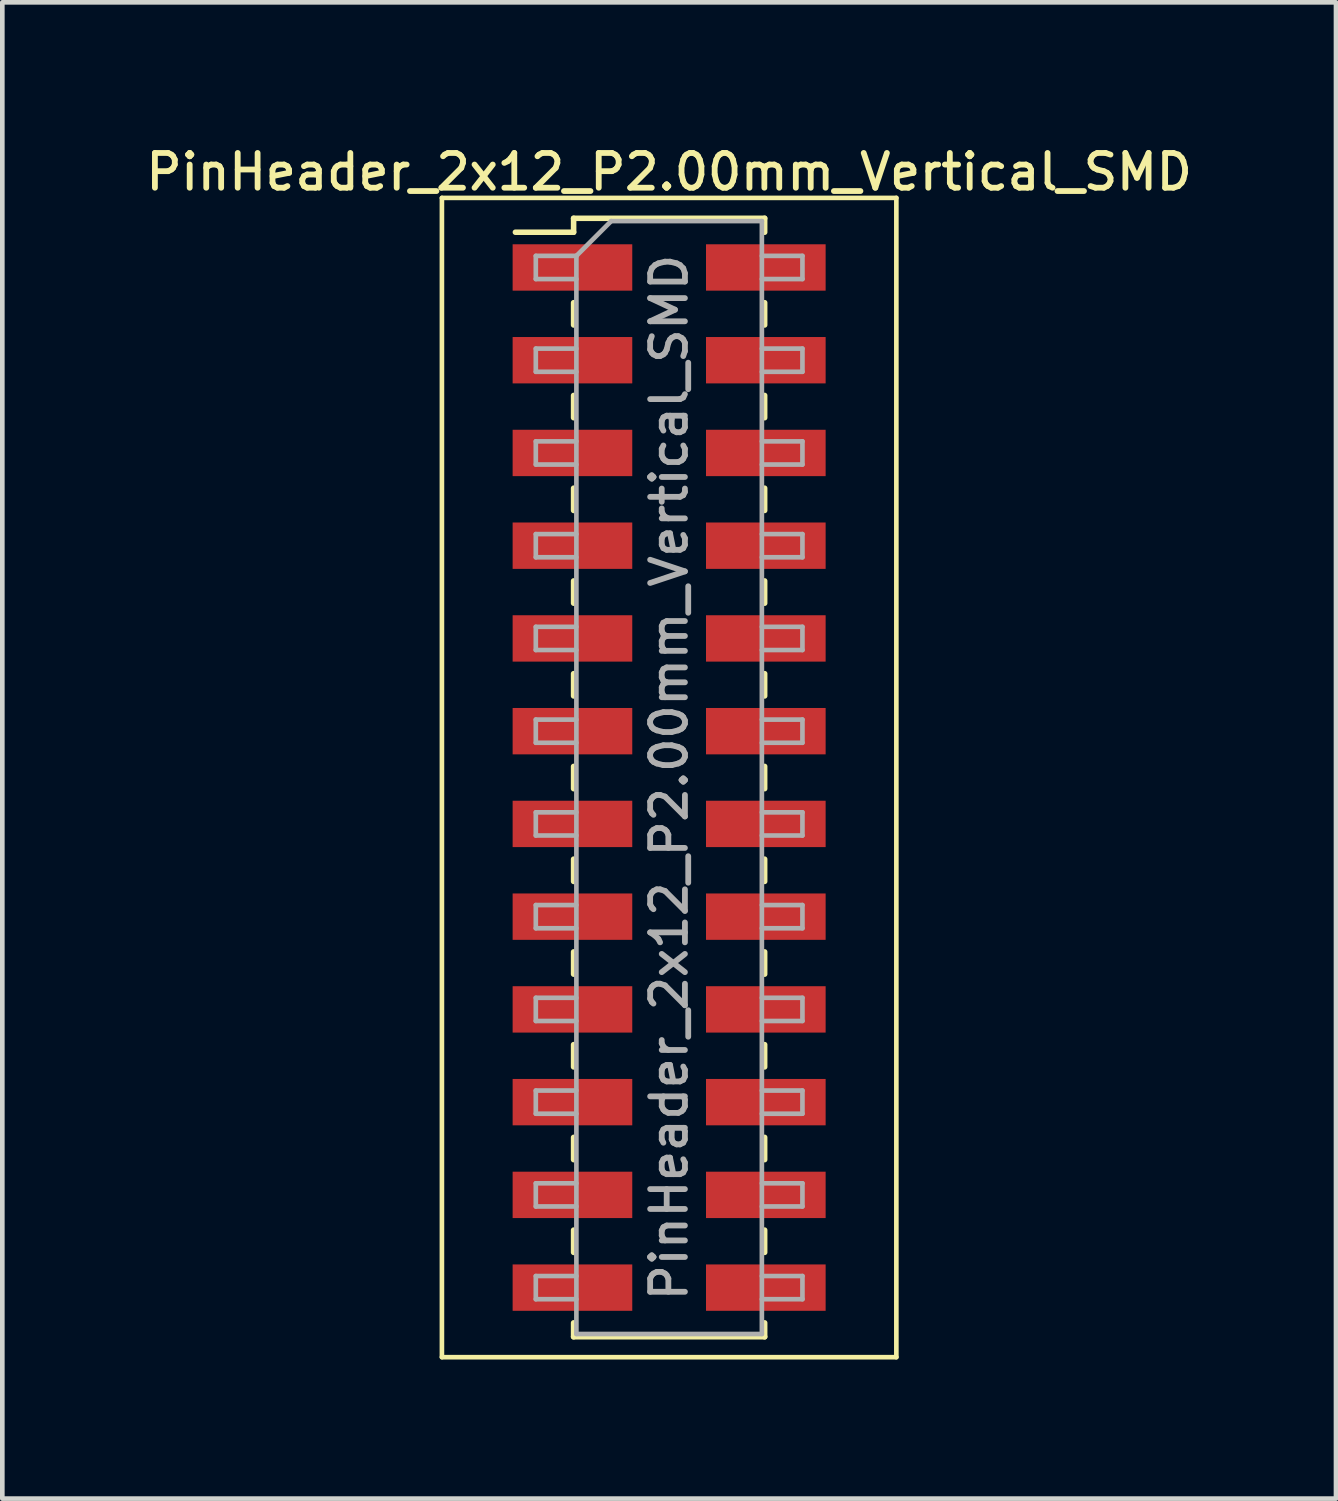
<source format=kicad_pcb>
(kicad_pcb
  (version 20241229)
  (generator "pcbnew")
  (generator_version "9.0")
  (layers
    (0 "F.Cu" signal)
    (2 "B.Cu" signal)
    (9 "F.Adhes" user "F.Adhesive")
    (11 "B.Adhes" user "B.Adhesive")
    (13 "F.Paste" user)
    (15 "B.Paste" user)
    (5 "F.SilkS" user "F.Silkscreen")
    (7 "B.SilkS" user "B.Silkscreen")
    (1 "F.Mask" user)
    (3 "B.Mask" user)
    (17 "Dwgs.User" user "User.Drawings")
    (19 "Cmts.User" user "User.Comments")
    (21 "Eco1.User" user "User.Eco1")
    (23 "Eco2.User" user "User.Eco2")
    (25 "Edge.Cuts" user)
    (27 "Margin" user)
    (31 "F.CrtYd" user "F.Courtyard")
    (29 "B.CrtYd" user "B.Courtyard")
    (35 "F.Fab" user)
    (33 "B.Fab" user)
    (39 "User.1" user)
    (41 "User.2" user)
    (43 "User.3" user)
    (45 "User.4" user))
  (footprint "PinHeader_2x12_P2.00mm_Vertical_SMD"
    (layer "F.Cu")
    (at 11.38 13.718)
    (property "Reference" "PinHeader_2x12_P2.00mm_Vertical_SMD" (at 0 -13.06 0) (layer "F.SilkS") (effects (font (size 0.75 0.75) (thickness 0.125))))
    (attr smd)
    (fp_line (start -4.9 -12.5) (end -4.9 12.5) (stroke (width 0.1) (type solid)) (layer "F.SilkS"))
    (fp_line (start -4.9 12.5) (end 4.9 12.5) (stroke (width 0.1) (type solid)) (layer "F.SilkS"))
    (fp_line (start -3.315 -11.76) (end -2.06 -11.76) (stroke (width 0.12) (type solid)) (layer "F.SilkS"))
    (fp_line (start -2.06 -12.06) (end -2.06 -11.76) (stroke (width 0.12) (type solid)) (layer "F.SilkS"))
    (fp_line (start -2.06 -12.06) (end 2.06 -12.06) (stroke (width 0.12) (type solid)) (layer "F.SilkS"))
    (fp_line (start -2.06 -10.24) (end -2.06 -9.76) (stroke (width 0.12) (type solid)) (layer "F.SilkS"))
    (fp_line (start -2.06 -8.24) (end -2.06 -7.76) (stroke (width 0.12) (type solid)) (layer "F.SilkS"))
    (fp_line (start -2.06 -6.24) (end -2.06 -5.76) (stroke (width 0.12) (type solid)) (layer "F.SilkS"))
    (fp_line (start -2.06 -4.24) (end -2.06 -3.76) (stroke (width 0.12) (type solid)) (layer "F.SilkS"))
    (fp_line (start -2.06 -2.24) (end -2.06 -1.76) (stroke (width 0.12) (type solid)) (layer "F.SilkS"))
    (fp_line (start -2.06 -0.24) (end -2.06 0.24) (stroke (width 0.12) (type solid)) (layer "F.SilkS"))
    (fp_line (start -2.06 1.76) (end -2.06 2.24) (stroke (width 0.12) (type solid)) (layer "F.SilkS"))
    (fp_line (start -2.06 3.76) (end -2.06 4.24) (stroke (width 0.12) (type solid)) (layer "F.SilkS"))
    (fp_line (start -2.06 5.76) (end -2.06 6.24) (stroke (width 0.12) (type solid)) (layer "F.SilkS"))
    (fp_line (start -2.06 7.76) (end -2.06 8.24) (stroke (width 0.12) (type solid)) (layer "F.SilkS"))
    (fp_line (start -2.06 9.76) (end -2.06 10.24) (stroke (width 0.12) (type solid)) (layer "F.SilkS"))
    (fp_line (start -2.06 11.76) (end -2.06 12.06) (stroke (width 0.12) (type solid)) (layer "F.SilkS"))
    (fp_line (start -2.06 12.06) (end 2.06 12.06) (stroke (width 0.12) (type solid)) (layer "F.SilkS"))
    (fp_line (start 2.06 -12.06) (end 2.06 -11.76) (stroke (width 0.12) (type solid)) (layer "F.SilkS"))
    (fp_line (start 2.06 -10.24) (end 2.06 -9.76) (stroke (width 0.12) (type solid)) (layer "F.SilkS"))
    (fp_line (start 2.06 -8.24) (end 2.06 -7.76) (stroke (width 0.12) (type solid)) (layer "F.SilkS"))
    (fp_line (start 2.06 -6.24) (end 2.06 -5.76) (stroke (width 0.12) (type solid)) (layer "F.SilkS"))
    (fp_line (start 2.06 -4.24) (end 2.06 -3.76) (stroke (width 0.12) (type solid)) (layer "F.SilkS"))
    (fp_line (start 2.06 -2.24) (end 2.06 -1.76) (stroke (width 0.12) (type solid)) (layer "F.SilkS"))
    (fp_line (start 2.06 -0.24) (end 2.06 0.24) (stroke (width 0.12) (type solid)) (layer "F.SilkS"))
    (fp_line (start 2.06 1.76) (end 2.06 2.24) (stroke (width 0.12) (type solid)) (layer "F.SilkS"))
    (fp_line (start 2.06 3.76) (end 2.06 4.24) (stroke (width 0.12) (type solid)) (layer "F.SilkS"))
    (fp_line (start 2.06 5.76) (end 2.06 6.24) (stroke (width 0.12) (type solid)) (layer "F.SilkS"))
    (fp_line (start 2.06 7.76) (end 2.06 8.24) (stroke (width 0.12) (type solid)) (layer "F.SilkS"))
    (fp_line (start 2.06 9.76) (end 2.06 10.24) (stroke (width 0.12) (type solid)) (layer "F.SilkS"))
    (fp_line (start 2.06 11.76) (end 2.06 12.06) (stroke (width 0.12) (type solid)) (layer "F.SilkS"))
    (fp_line (start 4.9 -12.5) (end -4.9 -12.5) (stroke (width 0.1) (type solid)) (layer "F.SilkS"))
    (fp_line (start 4.9 12.5) (end 4.9 -12.5) (stroke (width 0.1) (type solid)) (layer "F.SilkS"))
    (fp_line (start -2.875 -11.25) (end -2.875 -10.75) (stroke (width 0.1) (type solid)) (layer "F.Fab"))
    (fp_line (start -2.875 -10.75) (end -2 -10.75) (stroke (width 0.1) (type solid)) (layer "F.Fab"))
    (fp_line (start -2.875 -9.25) (end -2.875 -8.75) (stroke (width 0.1) (type solid)) (layer "F.Fab"))
    (fp_line (start -2.875 -8.75) (end -2 -8.75) (stroke (width 0.1) (type solid)) (layer "F.Fab"))
    (fp_line (start -2.875 -7.25) (end -2.875 -6.75) (stroke (width 0.1) (type solid)) (layer "F.Fab"))
    (fp_line (start -2.875 -6.75) (end -2 -6.75) (stroke (width 0.1) (type solid)) (layer "F.Fab"))
    (fp_line (start -2.875 -5.25) (end -2.875 -4.75) (stroke (width 0.1) (type solid)) (layer "F.Fab"))
    (fp_line (start -2.875 -4.75) (end -2 -4.75) (stroke (width 0.1) (type solid)) (layer "F.Fab"))
    (fp_line (start -2.875 -3.25) (end -2.875 -2.75) (stroke (width 0.1) (type solid)) (layer "F.Fab"))
    (fp_line (start -2.875 -2.75) (end -2 -2.75) (stroke (width 0.1) (type solid)) (layer "F.Fab"))
    (fp_line (start -2.875 -1.25) (end -2.875 -0.75) (stroke (width 0.1) (type solid)) (layer "F.Fab"))
    (fp_line (start -2.875 -0.75) (end -2 -0.75) (stroke (width 0.1) (type solid)) (layer "F.Fab"))
    (fp_line (start -2.875 0.75) (end -2.875 1.25) (stroke (width 0.1) (type solid)) (layer "F.Fab"))
    (fp_line (start -2.875 1.25) (end -2 1.25) (stroke (width 0.1) (type solid)) (layer "F.Fab"))
    (fp_line (start -2.875 2.75) (end -2.875 3.25) (stroke (width 0.1) (type solid)) (layer "F.Fab"))
    (fp_line (start -2.875 3.25) (end -2 3.25) (stroke (width 0.1) (type solid)) (layer "F.Fab"))
    (fp_line (start -2.875 4.75) (end -2.875 5.25) (stroke (width 0.1) (type solid)) (layer "F.Fab"))
    (fp_line (start -2.875 5.25) (end -2 5.25) (stroke (width 0.1) (type solid)) (layer "F.Fab"))
    (fp_line (start -2.875 6.75) (end -2.875 7.25) (stroke (width 0.1) (type solid)) (layer "F.Fab"))
    (fp_line (start -2.875 7.25) (end -2 7.25) (stroke (width 0.1) (type solid)) (layer "F.Fab"))
    (fp_line (start -2.875 8.75) (end -2.875 9.25) (stroke (width 0.1) (type solid)) (layer "F.Fab"))
    (fp_line (start -2.875 9.25) (end -2 9.25) (stroke (width 0.1) (type solid)) (layer "F.Fab"))
    (fp_line (start -2.875 10.75) (end -2.875 11.25) (stroke (width 0.1) (type solid)) (layer "F.Fab"))
    (fp_line (start -2.875 11.25) (end -2 11.25) (stroke (width 0.1) (type solid)) (layer "F.Fab"))
    (fp_line (start -2 -11.25) (end -2.875 -11.25) (stroke (width 0.1) (type solid)) (layer "F.Fab"))
    (fp_line (start -2 -11.25) (end -1.25 -12) (stroke (width 0.1) (type solid)) (layer "F.Fab"))
    (fp_line (start -2 -9.25) (end -2.875 -9.25) (stroke (width 0.1) (type solid)) (layer "F.Fab"))
    (fp_line (start -2 -7.25) (end -2.875 -7.25) (stroke (width 0.1) (type solid)) (layer "F.Fab"))
    (fp_line (start -2 -5.25) (end -2.875 -5.25) (stroke (width 0.1) (type solid)) (layer "F.Fab"))
    (fp_line (start -2 -3.25) (end -2.875 -3.25) (stroke (width 0.1) (type solid)) (layer "F.Fab"))
    (fp_line (start -2 -1.25) (end -2.875 -1.25) (stroke (width 0.1) (type solid)) (layer "F.Fab"))
    (fp_line (start -2 0.75) (end -2.875 0.75) (stroke (width 0.1) (type solid)) (layer "F.Fab"))
    (fp_line (start -2 2.75) (end -2.875 2.75) (stroke (width 0.1) (type solid)) (layer "F.Fab"))
    (fp_line (start -2 4.75) (end -2.875 4.75) (stroke (width 0.1) (type solid)) (layer "F.Fab"))
    (fp_line (start -2 6.75) (end -2.875 6.75) (stroke (width 0.1) (type solid)) (layer "F.Fab"))
    (fp_line (start -2 8.75) (end -2.875 8.75) (stroke (width 0.1) (type solid)) (layer "F.Fab"))
    (fp_line (start -2 10.75) (end -2.875 10.75) (stroke (width 0.1) (type solid)) (layer "F.Fab"))
    (fp_line (start -2 12) (end -2 -11.25) (stroke (width 0.1) (type solid)) (layer "F.Fab"))
    (fp_line (start -1.25 -12) (end 2 -12) (stroke (width 0.1) (type solid)) (layer "F.Fab"))
    (fp_line (start 2 -12) (end 2 12) (stroke (width 0.1) (type solid)) (layer "F.Fab"))
    (fp_line (start 2 -11.25) (end 2.875 -11.25) (stroke (width 0.1) (type solid)) (layer "F.Fab"))
    (fp_line (start 2 -9.25) (end 2.875 -9.25) (stroke (width 0.1) (type solid)) (layer "F.Fab"))
    (fp_line (start 2 -7.25) (end 2.875 -7.25) (stroke (width 0.1) (type solid)) (layer "F.Fab"))
    (fp_line (start 2 -5.25) (end 2.875 -5.25) (stroke (width 0.1) (type solid)) (layer "F.Fab"))
    (fp_line (start 2 -3.25) (end 2.875 -3.25) (stroke (width 0.1) (type solid)) (layer "F.Fab"))
    (fp_line (start 2 -1.25) (end 2.875 -1.25) (stroke (width 0.1) (type solid)) (layer "F.Fab"))
    (fp_line (start 2 0.75) (end 2.875 0.75) (stroke (width 0.1) (type solid)) (layer "F.Fab"))
    (fp_line (start 2 2.75) (end 2.875 2.75) (stroke (width 0.1) (type solid)) (layer "F.Fab"))
    (fp_line (start 2 4.75) (end 2.875 4.75) (stroke (width 0.1) (type solid)) (layer "F.Fab"))
    (fp_line (start 2 6.75) (end 2.875 6.75) (stroke (width 0.1) (type solid)) (layer "F.Fab"))
    (fp_line (start 2 8.75) (end 2.875 8.75) (stroke (width 0.1) (type solid)) (layer "F.Fab"))
    (fp_line (start 2 10.75) (end 2.875 10.75) (stroke (width 0.1) (type solid)) (layer "F.Fab"))
    (fp_line (start 2 12) (end -2 12) (stroke (width 0.1) (type solid)) (layer "F.Fab"))
    (fp_line (start 2.875 -11.25) (end 2.875 -10.75) (stroke (width 0.1) (type solid)) (layer "F.Fab"))
    (fp_line (start 2.875 -10.75) (end 2 -10.75) (stroke (width 0.1) (type solid)) (layer "F.Fab"))
    (fp_line (start 2.875 -9.25) (end 2.875 -8.75) (stroke (width 0.1) (type solid)) (layer "F.Fab"))
    (fp_line (start 2.875 -8.75) (end 2 -8.75) (stroke (width 0.1) (type solid)) (layer "F.Fab"))
    (fp_line (start 2.875 -7.25) (end 2.875 -6.75) (stroke (width 0.1) (type solid)) (layer "F.Fab"))
    (fp_line (start 2.875 -6.75) (end 2 -6.75) (stroke (width 0.1) (type solid)) (layer "F.Fab"))
    (fp_line (start 2.875 -5.25) (end 2.875 -4.75) (stroke (width 0.1) (type solid)) (layer "F.Fab"))
    (fp_line (start 2.875 -4.75) (end 2 -4.75) (stroke (width 0.1) (type solid)) (layer "F.Fab"))
    (fp_line (start 2.875 -3.25) (end 2.875 -2.75) (stroke (width 0.1) (type solid)) (layer "F.Fab"))
    (fp_line (start 2.875 -2.75) (end 2 -2.75) (stroke (width 0.1) (type solid)) (layer "F.Fab"))
    (fp_line (start 2.875 -1.25) (end 2.875 -0.75) (stroke (width 0.1) (type solid)) (layer "F.Fab"))
    (fp_line (start 2.875 -0.75) (end 2 -0.75) (stroke (width 0.1) (type solid)) (layer "F.Fab"))
    (fp_line (start 2.875 0.75) (end 2.875 1.25) (stroke (width 0.1) (type solid)) (layer "F.Fab"))
    (fp_line (start 2.875 1.25) (end 2 1.25) (stroke (width 0.1) (type solid)) (layer "F.Fab"))
    (fp_line (start 2.875 2.75) (end 2.875 3.25) (stroke (width 0.1) (type solid)) (layer "F.Fab"))
    (fp_line (start 2.875 3.25) (end 2 3.25) (stroke (width 0.1) (type solid)) (layer "F.Fab"))
    (fp_line (start 2.875 4.75) (end 2.875 5.25) (stroke (width 0.1) (type solid)) (layer "F.Fab"))
    (fp_line (start 2.875 5.25) (end 2 5.25) (stroke (width 0.1) (type solid)) (layer "F.Fab"))
    (fp_line (start 2.875 6.75) (end 2.875 7.25) (stroke (width 0.1) (type solid)) (layer "F.Fab"))
    (fp_line (start 2.875 7.25) (end 2 7.25) (stroke (width 0.1) (type solid)) (layer "F.Fab"))
    (fp_line (start 2.875 8.75) (end 2.875 9.25) (stroke (width 0.1) (type solid)) (layer "F.Fab"))
    (fp_line (start 2.875 9.25) (end 2 9.25) (stroke (width 0.1) (type solid)) (layer "F.Fab"))
    (fp_line (start 2.875 10.75) (end 2.875 11.25) (stroke (width 0.1) (type solid)) (layer "F.Fab"))
    (fp_line (start 2.875 11.25) (end 2 11.25) (stroke (width 0.1) (type solid)) (layer "F.Fab"))
    (fp_text user "${REFERENCE}" (at 0 0 90) (layer "F.Fab") (effects (font (size 0.75 0.75) (thickness 0.125))))
    (pad "1" smd rect (at -2.085 -11) (size 2.58 1) (layers "F.Cu" "F.Mask" "F.Paste"))
    (pad "2" smd rect (at 2.085 -11) (size 2.58 1) (layers "F.Cu" "F.Mask" "F.Paste"))
    (pad "3" smd rect (at -2.085 -9) (size 2.58 1) (layers "F.Cu" "F.Mask" "F.Paste"))
    (pad "4" smd rect (at 2.085 -9) (size 2.58 1) (layers "F.Cu" "F.Mask" "F.Paste"))
    (pad "5" smd rect (at -2.085 -7) (size 2.58 1) (layers "F.Cu" "F.Mask" "F.Paste"))
    (pad "6" smd rect (at 2.085 -7) (size 2.58 1) (layers "F.Cu" "F.Mask" "F.Paste"))
    (pad "7" smd rect (at -2.085 -5) (size 2.58 1) (layers "F.Cu" "F.Mask" "F.Paste"))
    (pad "8" smd rect (at 2.085 -5) (size 2.58 1) (layers "F.Cu" "F.Mask" "F.Paste"))
    (pad "9" smd rect (at -2.085 -3) (size 2.58 1) (layers "F.Cu" "F.Mask" "F.Paste"))
    (pad "10" smd rect (at 2.085 -3) (size 2.58 1) (layers "F.Cu" "F.Mask" "F.Paste"))
    (pad "11" smd rect (at -2.085 -1) (size 2.58 1) (layers "F.Cu" "F.Mask" "F.Paste"))
    (pad "12" smd rect (at 2.085 -1) (size 2.58 1) (layers "F.Cu" "F.Mask" "F.Paste"))
    (pad "13" smd rect (at -2.085 1) (size 2.58 1) (layers "F.Cu" "F.Mask" "F.Paste"))
    (pad "14" smd rect (at 2.085 1) (size 2.58 1) (layers "F.Cu" "F.Mask" "F.Paste"))
    (pad "15" smd rect (at -2.085 3) (size 2.58 1) (layers "F.Cu" "F.Mask" "F.Paste"))
    (pad "16" smd rect (at 2.085 3) (size 2.58 1) (layers "F.Cu" "F.Mask" "F.Paste"))
    (pad "17" smd rect (at -2.085 5) (size 2.58 1) (layers "F.Cu" "F.Mask" "F.Paste"))
    (pad "18" smd rect (at 2.085 5) (size 2.58 1) (layers "F.Cu" "F.Mask" "F.Paste"))
    (pad "19" smd rect (at -2.085 7) (size 2.58 1) (layers "F.Cu" "F.Mask" "F.Paste"))
    (pad "20" smd rect (at 2.085 7) (size 2.58 1) (layers "F.Cu" "F.Mask" "F.Paste"))
    (pad "21" smd rect (at -2.085 9) (size 2.58 1) (layers "F.Cu" "F.Mask" "F.Paste"))
    (pad "22" smd rect (at 2.085 9) (size 2.58 1) (layers "F.Cu" "F.Mask" "F.Paste"))
    (pad "23" smd rect (at -2.085 11) (size 2.58 1) (layers "F.Cu" "F.Mask" "F.Paste"))
    (pad "24" smd rect (at 2.085 11) (size 2.58 1) (layers "F.Cu" "F.Mask" "F.Paste")))
  (gr_rect
    (start -3 -3)
    (end 25.761 29.268)
    (stroke (width 0.1) (type default))
    (fill no)
    (layer "Edge.Cuts")))
</source>
